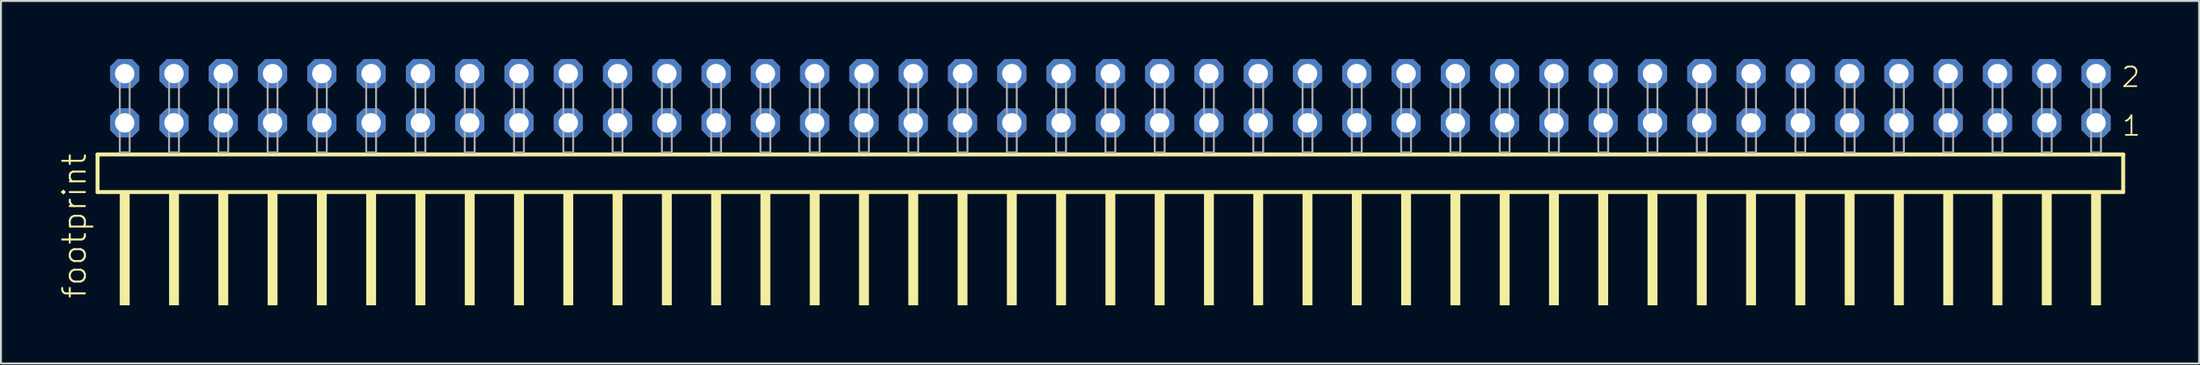
<source format=kicad_pcb>
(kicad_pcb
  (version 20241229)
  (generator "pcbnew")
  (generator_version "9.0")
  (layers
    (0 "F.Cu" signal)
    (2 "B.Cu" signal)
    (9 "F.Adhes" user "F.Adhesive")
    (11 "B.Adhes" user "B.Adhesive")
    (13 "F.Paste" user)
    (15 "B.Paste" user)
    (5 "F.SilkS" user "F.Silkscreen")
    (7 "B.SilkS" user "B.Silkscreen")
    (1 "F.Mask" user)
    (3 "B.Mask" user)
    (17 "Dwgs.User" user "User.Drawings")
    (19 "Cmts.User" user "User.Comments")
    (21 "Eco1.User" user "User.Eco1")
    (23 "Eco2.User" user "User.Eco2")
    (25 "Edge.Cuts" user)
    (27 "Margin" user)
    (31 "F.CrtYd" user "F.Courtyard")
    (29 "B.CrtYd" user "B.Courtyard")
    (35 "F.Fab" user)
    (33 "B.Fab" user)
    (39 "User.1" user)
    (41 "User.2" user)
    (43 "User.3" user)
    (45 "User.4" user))
  (footprint "footprint"
    (layer "F.Cu")
    (at 54.178 4.814)
    (property "Reference" "footprint" (at -52.705 7.62 90) (layer "F.SilkS") (effects (font (size 1.168 1.168) (thickness 0.102)) (justify left bottom)))
    (fp_line (start -52.199 0.106) (end -52.199 2.046) (stroke (width 0.203) (type solid)) (layer "F.SilkS"))
    (fp_line (start -52.199 2.046) (end 52.199 2.046) (stroke (width 0.203) (type solid)) (layer "F.SilkS"))
    (fp_line (start 52.199 0.106) (end -52.199 0.106) (stroke (width 0.203) (type solid)) (layer "F.SilkS"))
    (fp_line (start 52.199 2.046) (end 52.199 0.106) (stroke (width 0.203) (type solid)) (layer "F.SilkS"))
    (fp_poly (pts (xy -51.054 7.89) (xy -50.546 7.89) (xy -50.546 2.04) (xy -51.054 2.04)) (stroke (width 0) (type solid)) (fill yes) (layer "F.SilkS"))
    (fp_poly (pts (xy -48.514 7.89) (xy -48.006 7.89) (xy -48.006 2.04) (xy -48.514 2.04)) (stroke (width 0) (type solid)) (fill yes) (layer "F.SilkS"))
    (fp_poly (pts (xy -45.974 7.89) (xy -45.466 7.89) (xy -45.466 2.04) (xy -45.974 2.04)) (stroke (width 0) (type solid)) (fill yes) (layer "F.SilkS"))
    (fp_poly (pts (xy -43.434 7.89) (xy -42.926 7.89) (xy -42.926 2.04) (xy -43.434 2.04)) (stroke (width 0) (type solid)) (fill yes) (layer "F.SilkS"))
    (fp_poly (pts (xy -40.894 7.89) (xy -40.386 7.89) (xy -40.386 2.04) (xy -40.894 2.04)) (stroke (width 0) (type solid)) (fill yes) (layer "F.SilkS"))
    (fp_poly (pts (xy -38.354 7.89) (xy -37.846 7.89) (xy -37.846 2.04) (xy -38.354 2.04)) (stroke (width 0) (type solid)) (fill yes) (layer "F.SilkS"))
    (fp_poly (pts (xy -35.814 7.89) (xy -35.306 7.89) (xy -35.306 2.04) (xy -35.814 2.04)) (stroke (width 0) (type solid)) (fill yes) (layer "F.SilkS"))
    (fp_poly (pts (xy -33.274 7.89) (xy -32.766 7.89) (xy -32.766 2.04) (xy -33.274 2.04)) (stroke (width 0) (type solid)) (fill yes) (layer "F.SilkS"))
    (fp_poly (pts (xy -30.734 7.89) (xy -30.226 7.89) (xy -30.226 2.04) (xy -30.734 2.04)) (stroke (width 0) (type solid)) (fill yes) (layer "F.SilkS"))
    (fp_poly (pts (xy -28.194 7.89) (xy -27.686 7.89) (xy -27.686 2.04) (xy -28.194 2.04)) (stroke (width 0) (type solid)) (fill yes) (layer "F.SilkS"))
    (fp_poly (pts (xy -25.654 7.89) (xy -25.146 7.89) (xy -25.146 2.04) (xy -25.654 2.04)) (stroke (width 0) (type solid)) (fill yes) (layer "F.SilkS"))
    (fp_poly (pts (xy -23.114 7.89) (xy -22.606 7.89) (xy -22.606 2.04) (xy -23.114 2.04)) (stroke (width 0) (type solid)) (fill yes) (layer "F.SilkS"))
    (fp_poly (pts (xy -20.574 7.89) (xy -20.066 7.89) (xy -20.066 2.04) (xy -20.574 2.04)) (stroke (width 0) (type solid)) (fill yes) (layer "F.SilkS"))
    (fp_poly (pts (xy -18.034 7.89) (xy -17.526 7.89) (xy -17.526 2.04) (xy -18.034 2.04)) (stroke (width 0) (type solid)) (fill yes) (layer "F.SilkS"))
    (fp_poly (pts (xy -15.494 7.89) (xy -14.986 7.89) (xy -14.986 2.04) (xy -15.494 2.04)) (stroke (width 0) (type solid)) (fill yes) (layer "F.SilkS"))
    (fp_poly (pts (xy -12.954 7.89) (xy -12.446 7.89) (xy -12.446 2.04) (xy -12.954 2.04)) (stroke (width 0) (type solid)) (fill yes) (layer "F.SilkS"))
    (fp_poly (pts (xy -10.414 7.89) (xy -9.906 7.89) (xy -9.906 2.04) (xy -10.414 2.04)) (stroke (width 0) (type solid)) (fill yes) (layer "F.SilkS"))
    (fp_poly (pts (xy -7.874 7.89) (xy -7.366 7.89) (xy -7.366 2.04) (xy -7.874 2.04)) (stroke (width 0) (type solid)) (fill yes) (layer "F.SilkS"))
    (fp_poly (pts (xy -5.334 7.89) (xy -4.826 7.89) (xy -4.826 2.04) (xy -5.334 2.04)) (stroke (width 0) (type solid)) (fill yes) (layer "F.SilkS"))
    (fp_poly (pts (xy -2.794 7.89) (xy -2.286 7.89) (xy -2.286 2.04) (xy -2.794 2.04)) (stroke (width 0) (type solid)) (fill yes) (layer "F.SilkS"))
    (fp_poly (pts (xy -0.254 7.89) (xy 0.254 7.89) (xy 0.254 2.04) (xy -0.254 2.04)) (stroke (width 0) (type solid)) (fill yes) (layer "F.SilkS"))
    (fp_poly (pts (xy 2.286 7.89) (xy 2.794 7.89) (xy 2.794 2.04) (xy 2.286 2.04)) (stroke (width 0) (type solid)) (fill yes) (layer "F.SilkS"))
    (fp_poly (pts (xy 4.826 7.89) (xy 5.334 7.89) (xy 5.334 2.04) (xy 4.826 2.04)) (stroke (width 0) (type solid)) (fill yes) (layer "F.SilkS"))
    (fp_poly (pts (xy 7.366 7.89) (xy 7.874 7.89) (xy 7.874 2.04) (xy 7.366 2.04)) (stroke (width 0) (type solid)) (fill yes) (layer "F.SilkS"))
    (fp_poly (pts (xy 9.906 7.89) (xy 10.414 7.89) (xy 10.414 2.04) (xy 9.906 2.04)) (stroke (width 0) (type solid)) (fill yes) (layer "F.SilkS"))
    (fp_poly (pts (xy 12.446 7.89) (xy 12.954 7.89) (xy 12.954 2.04) (xy 12.446 2.04)) (stroke (width 0) (type solid)) (fill yes) (layer "F.SilkS"))
    (fp_poly (pts (xy 14.986 7.89) (xy 15.494 7.89) (xy 15.494 2.04) (xy 14.986 2.04)) (stroke (width 0) (type solid)) (fill yes) (layer "F.SilkS"))
    (fp_poly (pts (xy 17.526 7.89) (xy 18.034 7.89) (xy 18.034 2.04) (xy 17.526 2.04)) (stroke (width 0) (type solid)) (fill yes) (layer "F.SilkS"))
    (fp_poly (pts (xy 20.066 7.89) (xy 20.574 7.89) (xy 20.574 2.04) (xy 20.066 2.04)) (stroke (width 0) (type solid)) (fill yes) (layer "F.SilkS"))
    (fp_poly (pts (xy 22.606 7.89) (xy 23.114 7.89) (xy 23.114 2.04) (xy 22.606 2.04)) (stroke (width 0) (type solid)) (fill yes) (layer "F.SilkS"))
    (fp_poly (pts (xy 25.146 7.89) (xy 25.654 7.89) (xy 25.654 2.04) (xy 25.146 2.04)) (stroke (width 0) (type solid)) (fill yes) (layer "F.SilkS"))
    (fp_poly (pts (xy 27.686 7.89) (xy 28.194 7.89) (xy 28.194 2.04) (xy 27.686 2.04)) (stroke (width 0) (type solid)) (fill yes) (layer "F.SilkS"))
    (fp_poly (pts (xy 30.226 7.89) (xy 30.734 7.89) (xy 30.734 2.04) (xy 30.226 2.04)) (stroke (width 0) (type solid)) (fill yes) (layer "F.SilkS"))
    (fp_poly (pts (xy 32.766 7.89) (xy 33.274 7.89) (xy 33.274 2.04) (xy 32.766 2.04)) (stroke (width 0) (type solid)) (fill yes) (layer "F.SilkS"))
    (fp_poly (pts (xy 35.306 7.89) (xy 35.814 7.89) (xy 35.814 2.04) (xy 35.306 2.04)) (stroke (width 0) (type solid)) (fill yes) (layer "F.SilkS"))
    (fp_poly (pts (xy 37.846 7.89) (xy 38.354 7.89) (xy 38.354 2.04) (xy 37.846 2.04)) (stroke (width 0) (type solid)) (fill yes) (layer "F.SilkS"))
    (fp_poly (pts (xy 40.386 7.89) (xy 40.894 7.89) (xy 40.894 2.04) (xy 40.386 2.04)) (stroke (width 0) (type solid)) (fill yes) (layer "F.SilkS"))
    (fp_poly (pts (xy 42.926 7.89) (xy 43.434 7.89) (xy 43.434 2.04) (xy 42.926 2.04)) (stroke (width 0) (type solid)) (fill yes) (layer "F.SilkS"))
    (fp_poly (pts (xy 45.466 7.89) (xy 45.974 7.89) (xy 45.974 2.04) (xy 45.466 2.04)) (stroke (width 0) (type solid)) (fill yes) (layer "F.SilkS"))
    (fp_poly (pts (xy 48.006 7.89) (xy 48.514 7.89) (xy 48.514 2.04) (xy 48.006 2.04)) (stroke (width 0) (type solid)) (fill yes) (layer "F.SilkS"))
    (fp_poly (pts (xy 50.546 7.89) (xy 51.054 7.89) (xy 51.054 2.04) (xy 50.546 2.04)) (stroke (width 0) (type solid)) (fill yes) (layer "F.SilkS"))
    (fp_poly (pts (xy -51.054 0) (xy -50.546 0) (xy -50.546 -4.318) (xy -51.054 -4.318)) (stroke (width 0.1) (type solid)) (fill no) (layer "F.Fab"))
    (fp_poly (pts (xy -48.514 0) (xy -48.006 0) (xy -48.006 -4.318) (xy -48.514 -4.318)) (stroke (width 0.1) (type solid)) (fill no) (layer "F.Fab"))
    (fp_poly (pts (xy -45.974 0) (xy -45.466 0) (xy -45.466 -4.318) (xy -45.974 -4.318)) (stroke (width 0.1) (type solid)) (fill no) (layer "F.Fab"))
    (fp_poly (pts (xy -43.434 0) (xy -42.926 0) (xy -42.926 -4.318) (xy -43.434 -4.318)) (stroke (width 0.1) (type solid)) (fill no) (layer "F.Fab"))
    (fp_poly (pts (xy -40.894 0) (xy -40.386 0) (xy -40.386 -4.318) (xy -40.894 -4.318)) (stroke (width 0.1) (type solid)) (fill no) (layer "F.Fab"))
    (fp_poly (pts (xy -38.354 0) (xy -37.846 0) (xy -37.846 -4.318) (xy -38.354 -4.318)) (stroke (width 0.1) (type solid)) (fill no) (layer "F.Fab"))
    (fp_poly (pts (xy -35.814 0) (xy -35.306 0) (xy -35.306 -4.318) (xy -35.814 -4.318)) (stroke (width 0.1) (type solid)) (fill no) (layer "F.Fab"))
    (fp_poly (pts (xy -33.274 0) (xy -32.766 0) (xy -32.766 -4.318) (xy -33.274 -4.318)) (stroke (width 0.1) (type solid)) (fill no) (layer "F.Fab"))
    (fp_poly (pts (xy -30.734 0) (xy -30.226 0) (xy -30.226 -4.318) (xy -30.734 -4.318)) (stroke (width 0.1) (type solid)) (fill no) (layer "F.Fab"))
    (fp_poly (pts (xy -28.194 0) (xy -27.686 0) (xy -27.686 -4.318) (xy -28.194 -4.318)) (stroke (width 0.1) (type solid)) (fill no) (layer "F.Fab"))
    (fp_poly (pts (xy -25.654 0) (xy -25.146 0) (xy -25.146 -4.318) (xy -25.654 -4.318)) (stroke (width 0.1) (type solid)) (fill no) (layer "F.Fab"))
    (fp_poly (pts (xy -23.114 0) (xy -22.606 0) (xy -22.606 -4.318) (xy -23.114 -4.318)) (stroke (width 0.1) (type solid)) (fill no) (layer "F.Fab"))
    (fp_poly (pts (xy -20.574 0) (xy -20.066 0) (xy -20.066 -4.318) (xy -20.574 -4.318)) (stroke (width 0.1) (type solid)) (fill no) (layer "F.Fab"))
    (fp_poly (pts (xy -18.034 0) (xy -17.526 0) (xy -17.526 -4.318) (xy -18.034 -4.318)) (stroke (width 0.1) (type solid)) (fill no) (layer "F.Fab"))
    (fp_poly (pts (xy -15.494 0) (xy -14.986 0) (xy -14.986 -4.318) (xy -15.494 -4.318)) (stroke (width 0.1) (type solid)) (fill no) (layer "F.Fab"))
    (fp_poly (pts (xy -12.954 0) (xy -12.446 0) (xy -12.446 -4.318) (xy -12.954 -4.318)) (stroke (width 0.1) (type solid)) (fill no) (layer "F.Fab"))
    (fp_poly (pts (xy -10.414 0) (xy -9.906 0) (xy -9.906 -4.318) (xy -10.414 -4.318)) (stroke (width 0.1) (type solid)) (fill no) (layer "F.Fab"))
    (fp_poly (pts (xy -7.874 0) (xy -7.366 0) (xy -7.366 -4.318) (xy -7.874 -4.318)) (stroke (width 0.1) (type solid)) (fill no) (layer "F.Fab"))
    (fp_poly (pts (xy -5.334 0) (xy -4.826 0) (xy -4.826 -4.318) (xy -5.334 -4.318)) (stroke (width 0.1) (type solid)) (fill no) (layer "F.Fab"))
    (fp_poly (pts (xy -2.794 0) (xy -2.286 0) (xy -2.286 -4.318) (xy -2.794 -4.318)) (stroke (width 0.1) (type solid)) (fill no) (layer "F.Fab"))
    (fp_poly (pts (xy -0.254 0) (xy 0.254 0) (xy 0.254 -4.318) (xy -0.254 -4.318)) (stroke (width 0.1) (type solid)) (fill no) (layer "F.Fab"))
    (fp_poly (pts (xy 2.286 0) (xy 2.794 0) (xy 2.794 -4.318) (xy 2.286 -4.318)) (stroke (width 0.1) (type solid)) (fill no) (layer "F.Fab"))
    (fp_poly (pts (xy 4.826 0) (xy 5.334 0) (xy 5.334 -4.318) (xy 4.826 -4.318)) (stroke (width 0.1) (type solid)) (fill no) (layer "F.Fab"))
    (fp_poly (pts (xy 7.366 0) (xy 7.874 0) (xy 7.874 -4.318) (xy 7.366 -4.318)) (stroke (width 0.1) (type solid)) (fill no) (layer "F.Fab"))
    (fp_poly (pts (xy 9.906 0) (xy 10.414 0) (xy 10.414 -4.318) (xy 9.906 -4.318)) (stroke (width 0.1) (type solid)) (fill no) (layer "F.Fab"))
    (fp_poly (pts (xy 12.446 0) (xy 12.954 0) (xy 12.954 -4.318) (xy 12.446 -4.318)) (stroke (width 0.1) (type solid)) (fill no) (layer "F.Fab"))
    (fp_poly (pts (xy 14.986 0) (xy 15.494 0) (xy 15.494 -4.318) (xy 14.986 -4.318)) (stroke (width 0.1) (type solid)) (fill no) (layer "F.Fab"))
    (fp_poly (pts (xy 17.526 0) (xy 18.034 0) (xy 18.034 -4.318) (xy 17.526 -4.318)) (stroke (width 0.1) (type solid)) (fill no) (layer "F.Fab"))
    (fp_poly (pts (xy 20.066 0) (xy 20.574 0) (xy 20.574 -4.318) (xy 20.066 -4.318)) (stroke (width 0.1) (type solid)) (fill no) (layer "F.Fab"))
    (fp_poly (pts (xy 22.606 0) (xy 23.114 0) (xy 23.114 -4.318) (xy 22.606 -4.318)) (stroke (width 0.1) (type solid)) (fill no) (layer "F.Fab"))
    (fp_poly (pts (xy 25.146 0) (xy 25.654 0) (xy 25.654 -4.318) (xy 25.146 -4.318)) (stroke (width 0.1) (type solid)) (fill no) (layer "F.Fab"))
    (fp_poly (pts (xy 27.686 0) (xy 28.194 0) (xy 28.194 -4.318) (xy 27.686 -4.318)) (stroke (width 0.1) (type solid)) (fill no) (layer "F.Fab"))
    (fp_poly (pts (xy 30.226 0) (xy 30.734 0) (xy 30.734 -4.318) (xy 30.226 -4.318)) (stroke (width 0.1) (type solid)) (fill no) (layer "F.Fab"))
    (fp_poly (pts (xy 32.766 0) (xy 33.274 0) (xy 33.274 -4.318) (xy 32.766 -4.318)) (stroke (width 0.1) (type solid)) (fill no) (layer "F.Fab"))
    (fp_poly (pts (xy 35.306 0) (xy 35.814 0) (xy 35.814 -4.318) (xy 35.306 -4.318)) (stroke (width 0.1) (type solid)) (fill no) (layer "F.Fab"))
    (fp_poly (pts (xy 37.846 0) (xy 38.354 0) (xy 38.354 -4.318) (xy 37.846 -4.318)) (stroke (width 0.1) (type solid)) (fill no) (layer "F.Fab"))
    (fp_poly (pts (xy 40.386 0) (xy 40.894 0) (xy 40.894 -4.318) (xy 40.386 -4.318)) (stroke (width 0.1) (type solid)) (fill no) (layer "F.Fab"))
    (fp_poly (pts (xy 42.926 0) (xy 43.434 0) (xy 43.434 -4.318) (xy 42.926 -4.318)) (stroke (width 0.1) (type solid)) (fill no) (layer "F.Fab"))
    (fp_poly (pts (xy 45.466 0) (xy 45.974 0) (xy 45.974 -4.318) (xy 45.466 -4.318)) (stroke (width 0.1) (type solid)) (fill no) (layer "F.Fab"))
    (fp_poly (pts (xy 48.006 0) (xy 48.514 0) (xy 48.514 -4.318) (xy 48.006 -4.318)) (stroke (width 0.1) (type solid)) (fill no) (layer "F.Fab"))
    (fp_poly (pts (xy 50.546 0) (xy 51.054 0) (xy 51.054 -4.318) (xy 50.546 -4.318)) (stroke (width 0.1) (type solid)) (fill no) (layer "F.Fab"))
    (fp_text user "1" (at 52.085 -0.775 0) (layer "F.SilkS") (effects (font (size 1.012 1.012) (thickness 0.088)) (justify left bottom)))
    (fp_text user "2" (at 52.05 -3.29 0) (layer "F.SilkS") (effects (font (size 1.012 1.012) (thickness 0.088)) (justify left bottom)))
    (pad "1" thru_hole roundrect (at 50.8 -1.524 180) (size 1.5 1.5) (drill 1) (layers "*.Cu" "*.Mask") (roundrect_rratio 0.25) (chamfer_ratio 0.25) (chamfer top_left top_right bottom_left bottom_right))
    (pad "2" thru_hole roundrect (at 50.8 -4.064 180) (size 1.5 1.5) (drill 1) (layers "*.Cu" "*.Mask") (roundrect_rratio 0.25) (chamfer_ratio 0.25) (chamfer top_left top_right bottom_left bottom_right))
    (pad "3" thru_hole roundrect (at 48.26 -1.524 180) (size 1.5 1.5) (drill 1) (layers "*.Cu" "*.Mask") (roundrect_rratio 0.25) (chamfer_ratio 0.25) (chamfer top_left top_right bottom_left bottom_right))
    (pad "4" thru_hole roundrect (at 48.26 -4.064 180) (size 1.5 1.5) (drill 1) (layers "*.Cu" "*.Mask") (roundrect_rratio 0.25) (chamfer_ratio 0.25) (chamfer top_left top_right bottom_left bottom_right))
    (pad "5" thru_hole roundrect (at 45.72 -1.524 180) (size 1.5 1.5) (drill 1) (layers "*.Cu" "*.Mask") (roundrect_rratio 0.25) (chamfer_ratio 0.25) (chamfer top_left top_right bottom_left bottom_right))
    (pad "6" thru_hole roundrect (at 45.72 -4.064 180) (size 1.5 1.5) (drill 1) (layers "*.Cu" "*.Mask") (roundrect_rratio 0.25) (chamfer_ratio 0.25) (chamfer top_left top_right bottom_left bottom_right))
    (pad "7" thru_hole roundrect (at 43.18 -1.524 180) (size 1.5 1.5) (drill 1) (layers "*.Cu" "*.Mask") (roundrect_rratio 0.25) (chamfer_ratio 0.25) (chamfer top_left top_right bottom_left bottom_right))
    (pad "8" thru_hole roundrect (at 43.18 -4.064 180) (size 1.5 1.5) (drill 1) (layers "*.Cu" "*.Mask") (roundrect_rratio 0.25) (chamfer_ratio 0.25) (chamfer top_left top_right bottom_left bottom_right))
    (pad "9" thru_hole roundrect (at 40.64 -1.524 180) (size 1.5 1.5) (drill 1) (layers "*.Cu" "*.Mask") (roundrect_rratio 0.25) (chamfer_ratio 0.25) (chamfer top_left top_right bottom_left bottom_right))
    (pad "10" thru_hole roundrect (at 40.64 -4.064 180) (size 1.5 1.5) (drill 1) (layers "*.Cu" "*.Mask") (roundrect_rratio 0.25) (chamfer_ratio 0.25) (chamfer top_left top_right bottom_left bottom_right))
    (pad "11" thru_hole roundrect (at 38.1 -1.524 180) (size 1.5 1.5) (drill 1) (layers "*.Cu" "*.Mask") (roundrect_rratio 0.25) (chamfer_ratio 0.25) (chamfer top_left top_right bottom_left bottom_right))
    (pad "12" thru_hole roundrect (at 38.1 -4.064 180) (size 1.5 1.5) (drill 1) (layers "*.Cu" "*.Mask") (roundrect_rratio 0.25) (chamfer_ratio 0.25) (chamfer top_left top_right bottom_left bottom_right))
    (pad "13" thru_hole roundrect (at 35.56 -1.524 180) (size 1.5 1.5) (drill 1) (layers "*.Cu" "*.Mask") (roundrect_rratio 0.25) (chamfer_ratio 0.25) (chamfer top_left top_right bottom_left bottom_right))
    (pad "14" thru_hole roundrect (at 35.56 -4.064 180) (size 1.5 1.5) (drill 1) (layers "*.Cu" "*.Mask") (roundrect_rratio 0.25) (chamfer_ratio 0.25) (chamfer top_left top_right bottom_left bottom_right))
    (pad "15" thru_hole roundrect (at 33.02 -1.524 180) (size 1.5 1.5) (drill 1) (layers "*.Cu" "*.Mask") (roundrect_rratio 0.25) (chamfer_ratio 0.25) (chamfer top_left top_right bottom_left bottom_right))
    (pad "16" thru_hole roundrect (at 33.02 -4.064 180) (size 1.5 1.5) (drill 1) (layers "*.Cu" "*.Mask") (roundrect_rratio 0.25) (chamfer_ratio 0.25) (chamfer top_left top_right bottom_left bottom_right))
    (pad "17" thru_hole roundrect (at 30.48 -1.524 180) (size 1.5 1.5) (drill 1) (layers "*.Cu" "*.Mask") (roundrect_rratio 0.25) (chamfer_ratio 0.25) (chamfer top_left top_right bottom_left bottom_right))
    (pad "18" thru_hole roundrect (at 30.48 -4.064 180) (size 1.5 1.5) (drill 1) (layers "*.Cu" "*.Mask") (roundrect_rratio 0.25) (chamfer_ratio 0.25) (chamfer top_left top_right bottom_left bottom_right))
    (pad "19" thru_hole roundrect (at 27.94 -1.524 180) (size 1.5 1.5) (drill 1) (layers "*.Cu" "*.Mask") (roundrect_rratio 0.25) (chamfer_ratio 0.25) (chamfer top_left top_right bottom_left bottom_right))
    (pad "20" thru_hole roundrect (at 27.94 -4.064 180) (size 1.5 1.5) (drill 1) (layers "*.Cu" "*.Mask") (roundrect_rratio 0.25) (chamfer_ratio 0.25) (chamfer top_left top_right bottom_left bottom_right))
    (pad "21" thru_hole roundrect (at 25.4 -1.524 180) (size 1.5 1.5) (drill 1) (layers "*.Cu" "*.Mask") (roundrect_rratio 0.25) (chamfer_ratio 0.25) (chamfer top_left top_right bottom_left bottom_right))
    (pad "22" thru_hole roundrect (at 25.4 -4.064 180) (size 1.5 1.5) (drill 1) (layers "*.Cu" "*.Mask") (roundrect_rratio 0.25) (chamfer_ratio 0.25) (chamfer top_left top_right bottom_left bottom_right))
    (pad "23" thru_hole roundrect (at 22.86 -1.524 180) (size 1.5 1.5) (drill 1) (layers "*.Cu" "*.Mask") (roundrect_rratio 0.25) (chamfer_ratio 0.25) (chamfer top_left top_right bottom_left bottom_right))
    (pad "24" thru_hole roundrect (at 22.86 -4.064 180) (size 1.5 1.5) (drill 1) (layers "*.Cu" "*.Mask") (roundrect_rratio 0.25) (chamfer_ratio 0.25) (chamfer top_left top_right bottom_left bottom_right))
    (pad "25" thru_hole roundrect (at 20.32 -1.524 180) (size 1.5 1.5) (drill 1) (layers "*.Cu" "*.Mask") (roundrect_rratio 0.25) (chamfer_ratio 0.25) (chamfer top_left top_right bottom_left bottom_right))
    (pad "26" thru_hole roundrect (at 20.32 -4.064 180) (size 1.5 1.5) (drill 1) (layers "*.Cu" "*.Mask") (roundrect_rratio 0.25) (chamfer_ratio 0.25) (chamfer top_left top_right bottom_left bottom_right))
    (pad "27" thru_hole roundrect (at 17.78 -1.524 180) (size 1.5 1.5) (drill 1) (layers "*.Cu" "*.Mask") (roundrect_rratio 0.25) (chamfer_ratio 0.25) (chamfer top_left top_right bottom_left bottom_right))
    (pad "28" thru_hole roundrect (at 17.78 -4.064 180) (size 1.5 1.5) (drill 1) (layers "*.Cu" "*.Mask") (roundrect_rratio 0.25) (chamfer_ratio 0.25) (chamfer top_left top_right bottom_left bottom_right))
    (pad "29" thru_hole roundrect (at 15.24 -1.524 180) (size 1.5 1.5) (drill 1) (layers "*.Cu" "*.Mask") (roundrect_rratio 0.25) (chamfer_ratio 0.25) (chamfer top_left top_right bottom_left bottom_right))
    (pad "30" thru_hole roundrect (at 15.24 -4.064 180) (size 1.5 1.5) (drill 1) (layers "*.Cu" "*.Mask") (roundrect_rratio 0.25) (chamfer_ratio 0.25) (chamfer top_left top_right bottom_left bottom_right))
    (pad "31" thru_hole roundrect (at 12.7 -1.524 180) (size 1.5 1.5) (drill 1) (layers "*.Cu" "*.Mask") (roundrect_rratio 0.25) (chamfer_ratio 0.25) (chamfer top_left top_right bottom_left bottom_right))
    (pad "32" thru_hole roundrect (at 12.7 -4.064 180) (size 1.5 1.5) (drill 1) (layers "*.Cu" "*.Mask") (roundrect_rratio 0.25) (chamfer_ratio 0.25) (chamfer top_left top_right bottom_left bottom_right))
    (pad "33" thru_hole roundrect (at 10.16 -1.524 180) (size 1.5 1.5) (drill 1) (layers "*.Cu" "*.Mask") (roundrect_rratio 0.25) (chamfer_ratio 0.25) (chamfer top_left top_right bottom_left bottom_right))
    (pad "34" thru_hole roundrect (at 10.16 -4.064 180) (size 1.5 1.5) (drill 1) (layers "*.Cu" "*.Mask") (roundrect_rratio 0.25) (chamfer_ratio 0.25) (chamfer top_left top_right bottom_left bottom_right))
    (pad "35" thru_hole roundrect (at 7.62 -1.524 180) (size 1.5 1.5) (drill 1) (layers "*.Cu" "*.Mask") (roundrect_rratio 0.25) (chamfer_ratio 0.25) (chamfer top_left top_right bottom_left bottom_right))
    (pad "36" thru_hole roundrect (at 7.62 -4.064 180) (size 1.5 1.5) (drill 1) (layers "*.Cu" "*.Mask") (roundrect_rratio 0.25) (chamfer_ratio 0.25) (chamfer top_left top_right bottom_left bottom_right))
    (pad "37" thru_hole roundrect (at 5.08 -1.524 180) (size 1.5 1.5) (drill 1) (layers "*.Cu" "*.Mask") (roundrect_rratio 0.25) (chamfer_ratio 0.25) (chamfer top_left top_right bottom_left bottom_right))
    (pad "38" thru_hole roundrect (at 5.08 -4.064 180) (size 1.5 1.5) (drill 1) (layers "*.Cu" "*.Mask") (roundrect_rratio 0.25) (chamfer_ratio 0.25) (chamfer top_left top_right bottom_left bottom_right))
    (pad "39" thru_hole roundrect (at 2.54 -1.524 180) (size 1.5 1.5) (drill 1) (layers "*.Cu" "*.Mask") (roundrect_rratio 0.25) (chamfer_ratio 0.25) (chamfer top_left top_right bottom_left bottom_right))
    (pad "40" thru_hole roundrect (at 2.54 -4.064 180) (size 1.5 1.5) (drill 1) (layers "*.Cu" "*.Mask") (roundrect_rratio 0.25) (chamfer_ratio 0.25) (chamfer top_left top_right bottom_left bottom_right))
    (pad "41" thru_hole roundrect (at 0 -1.524 180) (size 1.5 1.5) (drill 1) (layers "*.Cu" "*.Mask") (roundrect_rratio 0.25) (chamfer_ratio 0.25) (chamfer top_left top_right bottom_left bottom_right))
    (pad "42" thru_hole roundrect (at 0 -4.064 180) (size 1.5 1.5) (drill 1) (layers "*.Cu" "*.Mask") (roundrect_rratio 0.25) (chamfer_ratio 0.25) (chamfer top_left top_right bottom_left bottom_right))
    (pad "43" thru_hole roundrect (at -2.54 -1.524 180) (size 1.5 1.5) (drill 1) (layers "*.Cu" "*.Mask") (roundrect_rratio 0.25) (chamfer_ratio 0.25) (chamfer top_left top_right bottom_left bottom_right))
    (pad "44" thru_hole roundrect (at -2.54 -4.064 180) (size 1.5 1.5) (drill 1) (layers "*.Cu" "*.Mask") (roundrect_rratio 0.25) (chamfer_ratio 0.25) (chamfer top_left top_right bottom_left bottom_right))
    (pad "45" thru_hole roundrect (at -5.08 -1.524 180) (size 1.5 1.5) (drill 1) (layers "*.Cu" "*.Mask") (roundrect_rratio 0.25) (chamfer_ratio 0.25) (chamfer top_left top_right bottom_left bottom_right))
    (pad "46" thru_hole roundrect (at -5.08 -4.064 180) (size 1.5 1.5) (drill 1) (layers "*.Cu" "*.Mask") (roundrect_rratio 0.25) (chamfer_ratio 0.25) (chamfer top_left top_right bottom_left bottom_right))
    (pad "47" thru_hole roundrect (at -7.62 -1.524 180) (size 1.5 1.5) (drill 1) (layers "*.Cu" "*.Mask") (roundrect_rratio 0.25) (chamfer_ratio 0.25) (chamfer top_left top_right bottom_left bottom_right))
    (pad "48" thru_hole roundrect (at -7.62 -4.064 180) (size 1.5 1.5) (drill 1) (layers "*.Cu" "*.Mask") (roundrect_rratio 0.25) (chamfer_ratio 0.25) (chamfer top_left top_right bottom_left bottom_right))
    (pad "49" thru_hole roundrect (at -10.16 -1.524 180) (size 1.5 1.5) (drill 1) (layers "*.Cu" "*.Mask") (roundrect_rratio 0.25) (chamfer_ratio 0.25) (chamfer top_left top_right bottom_left bottom_right))
    (pad "50" thru_hole roundrect (at -10.16 -4.064 180) (size 1.5 1.5) (drill 1) (layers "*.Cu" "*.Mask") (roundrect_rratio 0.25) (chamfer_ratio 0.25) (chamfer top_left top_right bottom_left bottom_right))
    (pad "51" thru_hole roundrect (at -12.7 -1.524 180) (size 1.5 1.5) (drill 1) (layers "*.Cu" "*.Mask") (roundrect_rratio 0.25) (chamfer_ratio 0.25) (chamfer top_left top_right bottom_left bottom_right))
    (pad "52" thru_hole roundrect (at -12.7 -4.064 180) (size 1.5 1.5) (drill 1) (layers "*.Cu" "*.Mask") (roundrect_rratio 0.25) (chamfer_ratio 0.25) (chamfer top_left top_right bottom_left bottom_right))
    (pad "53" thru_hole roundrect (at -15.24 -1.524 180) (size 1.5 1.5) (drill 1) (layers "*.Cu" "*.Mask") (roundrect_rratio 0.25) (chamfer_ratio 0.25) (chamfer top_left top_right bottom_left bottom_right))
    (pad "54" thru_hole roundrect (at -15.24 -4.064 180) (size 1.5 1.5) (drill 1) (layers "*.Cu" "*.Mask") (roundrect_rratio 0.25) (chamfer_ratio 0.25) (chamfer top_left top_right bottom_left bottom_right))
    (pad "55" thru_hole roundrect (at -17.78 -1.524 180) (size 1.5 1.5) (drill 1) (layers "*.Cu" "*.Mask") (roundrect_rratio 0.25) (chamfer_ratio 0.25) (chamfer top_left top_right bottom_left bottom_right))
    (pad "56" thru_hole roundrect (at -17.78 -4.064 180) (size 1.5 1.5) (drill 1) (layers "*.Cu" "*.Mask") (roundrect_rratio 0.25) (chamfer_ratio 0.25) (chamfer top_left top_right bottom_left bottom_right))
    (pad "57" thru_hole roundrect (at -20.32 -1.524 180) (size 1.5 1.5) (drill 1) (layers "*.Cu" "*.Mask") (roundrect_rratio 0.25) (chamfer_ratio 0.25) (chamfer top_left top_right bottom_left bottom_right))
    (pad "58" thru_hole roundrect (at -20.32 -4.064 180) (size 1.5 1.5) (drill 1) (layers "*.Cu" "*.Mask") (roundrect_rratio 0.25) (chamfer_ratio 0.25) (chamfer top_left top_right bottom_left bottom_right))
    (pad "59" thru_hole roundrect (at -22.86 -1.524 180) (size 1.5 1.5) (drill 1) (layers "*.Cu" "*.Mask") (roundrect_rratio 0.25) (chamfer_ratio 0.25) (chamfer top_left top_right bottom_left bottom_right))
    (pad "60" thru_hole roundrect (at -22.86 -4.064 180) (size 1.5 1.5) (drill 1) (layers "*.Cu" "*.Mask") (roundrect_rratio 0.25) (chamfer_ratio 0.25) (chamfer top_left top_right bottom_left bottom_right))
    (pad "61" thru_hole roundrect (at -25.4 -1.524 180) (size 1.5 1.5) (drill 1) (layers "*.Cu" "*.Mask") (roundrect_rratio 0.25) (chamfer_ratio 0.25) (chamfer top_left top_right bottom_left bottom_right))
    (pad "62" thru_hole roundrect (at -25.4 -4.064 180) (size 1.5 1.5) (drill 1) (layers "*.Cu" "*.Mask") (roundrect_rratio 0.25) (chamfer_ratio 0.25) (chamfer top_left top_right bottom_left bottom_right))
    (pad "63" thru_hole roundrect (at -27.94 -1.524 180) (size 1.5 1.5) (drill 1) (layers "*.Cu" "*.Mask") (roundrect_rratio 0.25) (chamfer_ratio 0.25) (chamfer top_left top_right bottom_left bottom_right))
    (pad "64" thru_hole roundrect (at -27.94 -4.064 180) (size 1.5 1.5) (drill 1) (layers "*.Cu" "*.Mask") (roundrect_rratio 0.25) (chamfer_ratio 0.25) (chamfer top_left top_right bottom_left bottom_right))
    (pad "65" thru_hole roundrect (at -30.48 -1.524 180) (size 1.5 1.5) (drill 1) (layers "*.Cu" "*.Mask") (roundrect_rratio 0.25) (chamfer_ratio 0.25) (chamfer top_left top_right bottom_left bottom_right))
    (pad "66" thru_hole roundrect (at -30.48 -4.064 180) (size 1.5 1.5) (drill 1) (layers "*.Cu" "*.Mask") (roundrect_rratio 0.25) (chamfer_ratio 0.25) (chamfer top_left top_right bottom_left bottom_right))
    (pad "67" thru_hole roundrect (at -33.02 -1.524 180) (size 1.5 1.5) (drill 1) (layers "*.Cu" "*.Mask") (roundrect_rratio 0.25) (chamfer_ratio 0.25) (chamfer top_left top_right bottom_left bottom_right))
    (pad "68" thru_hole roundrect (at -33.02 -4.064 180) (size 1.5 1.5) (drill 1) (layers "*.Cu" "*.Mask") (roundrect_rratio 0.25) (chamfer_ratio 0.25) (chamfer top_left top_right bottom_left bottom_right))
    (pad "69" thru_hole roundrect (at -35.56 -1.524 180) (size 1.5 1.5) (drill 1) (layers "*.Cu" "*.Mask") (roundrect_rratio 0.25) (chamfer_ratio 0.25) (chamfer top_left top_right bottom_left bottom_right))
    (pad "70" thru_hole roundrect (at -35.56 -4.064 180) (size 1.5 1.5) (drill 1) (layers "*.Cu" "*.Mask") (roundrect_rratio 0.25) (chamfer_ratio 0.25) (chamfer top_left top_right bottom_left bottom_right))
    (pad "71" thru_hole roundrect (at -38.1 -1.524 180) (size 1.5 1.5) (drill 1) (layers "*.Cu" "*.Mask") (roundrect_rratio 0.25) (chamfer_ratio 0.25) (chamfer top_left top_right bottom_left bottom_right))
    (pad "72" thru_hole roundrect (at -38.1 -4.064 180) (size 1.5 1.5) (drill 1) (layers "*.Cu" "*.Mask") (roundrect_rratio 0.25) (chamfer_ratio 0.25) (chamfer top_left top_right bottom_left bottom_right))
    (pad "73" thru_hole roundrect (at -40.64 -1.524 180) (size 1.5 1.5) (drill 1) (layers "*.Cu" "*.Mask") (roundrect_rratio 0.25) (chamfer_ratio 0.25) (chamfer top_left top_right bottom_left bottom_right))
    (pad "74" thru_hole roundrect (at -40.64 -4.064 180) (size 1.5 1.5) (drill 1) (layers "*.Cu" "*.Mask") (roundrect_rratio 0.25) (chamfer_ratio 0.25) (chamfer top_left top_right bottom_left bottom_right))
    (pad "75" thru_hole roundrect (at -43.18 -1.524 180) (size 1.5 1.5) (drill 1) (layers "*.Cu" "*.Mask") (roundrect_rratio 0.25) (chamfer_ratio 0.25) (chamfer top_left top_right bottom_left bottom_right))
    (pad "76" thru_hole roundrect (at -43.18 -4.064 180) (size 1.5 1.5) (drill 1) (layers "*.Cu" "*.Mask") (roundrect_rratio 0.25) (chamfer_ratio 0.25) (chamfer top_left top_right bottom_left bottom_right))
    (pad "77" thru_hole roundrect (at -45.72 -1.524 180) (size 1.5 1.5) (drill 1) (layers "*.Cu" "*.Mask") (roundrect_rratio 0.25) (chamfer_ratio 0.25) (chamfer top_left top_right bottom_left bottom_right))
    (pad "78" thru_hole roundrect (at -45.72 -4.064 180) (size 1.5 1.5) (drill 1) (layers "*.Cu" "*.Mask") (roundrect_rratio 0.25) (chamfer_ratio 0.25) (chamfer top_left top_right bottom_left bottom_right))
    (pad "79" thru_hole roundrect (at -48.26 -1.524 180) (size 1.5 1.5) (drill 1) (layers "*.Cu" "*.Mask") (roundrect_rratio 0.25) (chamfer_ratio 0.25) (chamfer top_left top_right bottom_left bottom_right))
    (pad "80" thru_hole roundrect (at -48.26 -4.064 180) (size 1.5 1.5) (drill 1) (layers "*.Cu" "*.Mask") (roundrect_rratio 0.25) (chamfer_ratio 0.25) (chamfer top_left top_right bottom_left bottom_right))
    (pad "81" thru_hole roundrect (at -50.8 -1.524 180) (size 1.5 1.5) (drill 1) (layers "*.Cu" "*.Mask") (roundrect_rratio 0.25) (chamfer_ratio 0.25) (chamfer top_left top_right bottom_left bottom_right))
    (pad "82" thru_hole roundrect (at -50.8 -4.064 180) (size 1.5 1.5) (drill 1) (layers "*.Cu" "*.Mask") (roundrect_rratio 0.25) (chamfer_ratio 0.25) (chamfer top_left top_right bottom_left bottom_right)))
  (gr_rect
    (start -3 -3)
    (end 110.289 15.704)
    (stroke (width 0.1) (type default))
    (fill no)
    (layer "Edge.Cuts")))
</source>
